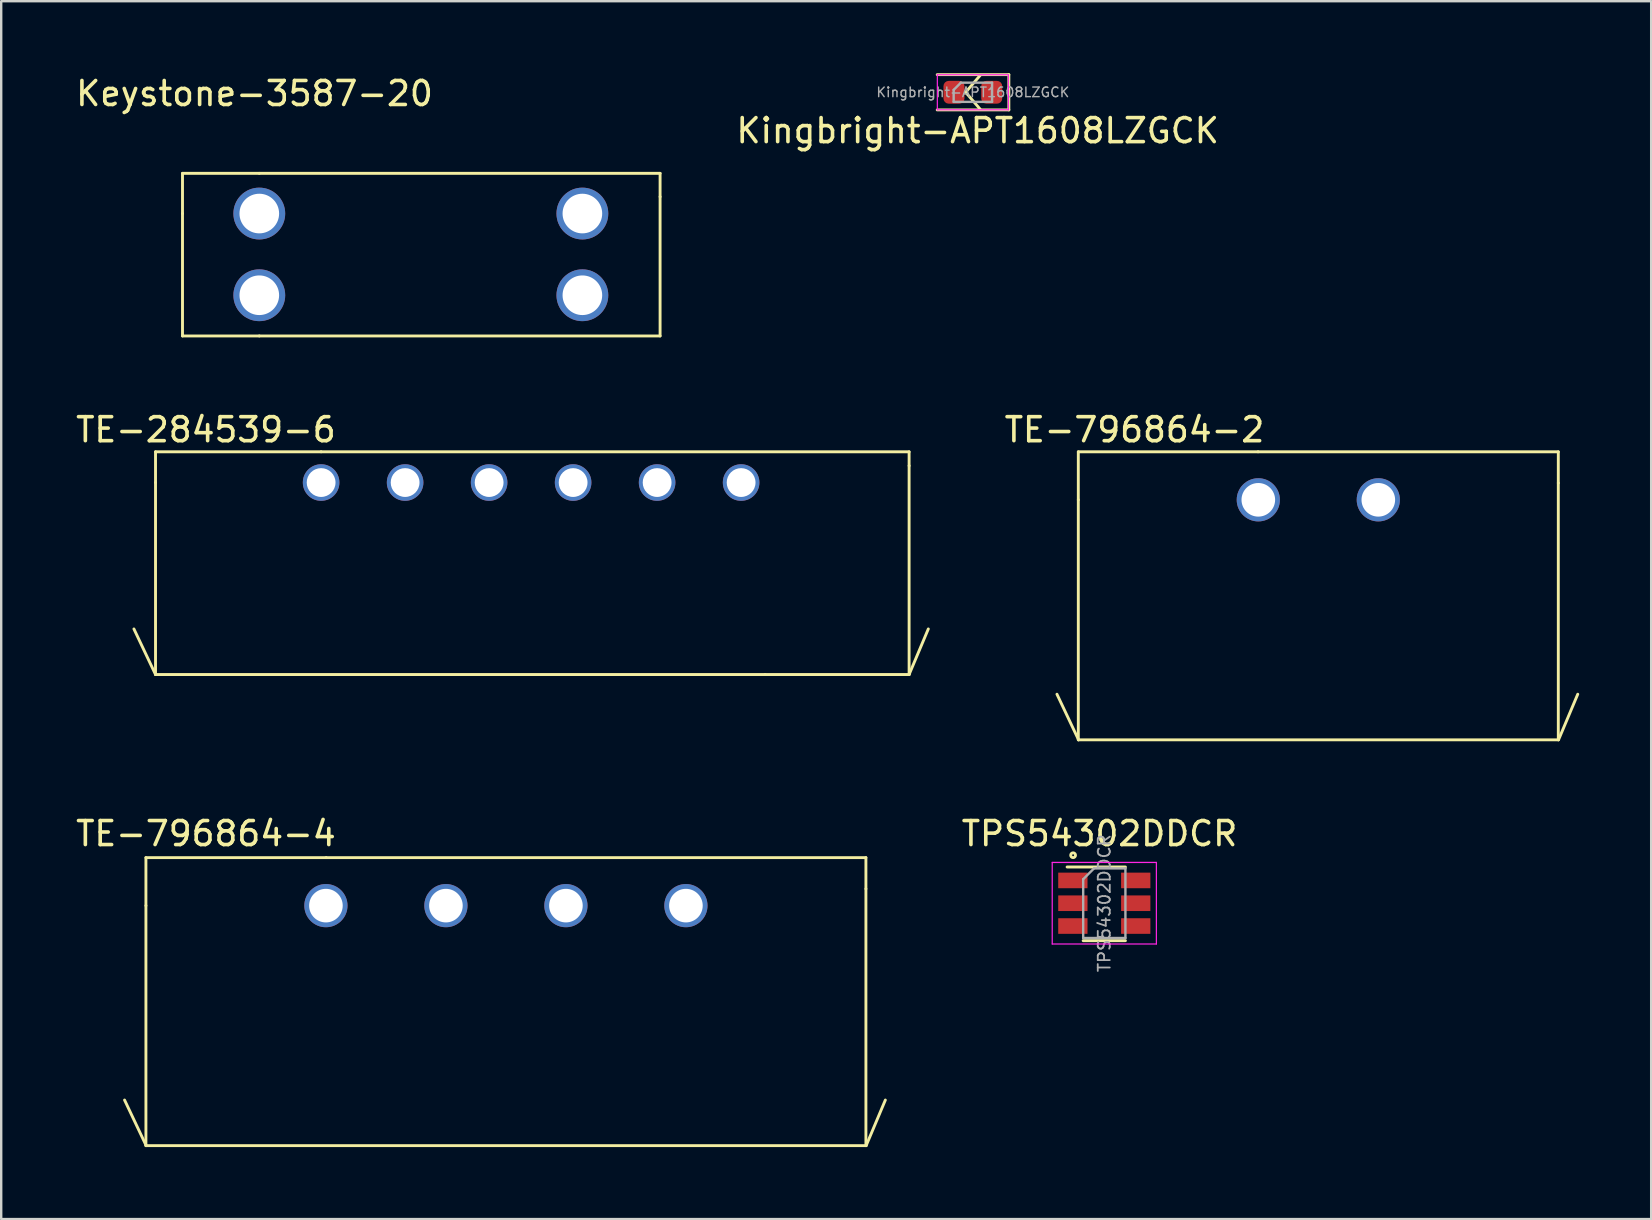
<source format=kicad_pcb>
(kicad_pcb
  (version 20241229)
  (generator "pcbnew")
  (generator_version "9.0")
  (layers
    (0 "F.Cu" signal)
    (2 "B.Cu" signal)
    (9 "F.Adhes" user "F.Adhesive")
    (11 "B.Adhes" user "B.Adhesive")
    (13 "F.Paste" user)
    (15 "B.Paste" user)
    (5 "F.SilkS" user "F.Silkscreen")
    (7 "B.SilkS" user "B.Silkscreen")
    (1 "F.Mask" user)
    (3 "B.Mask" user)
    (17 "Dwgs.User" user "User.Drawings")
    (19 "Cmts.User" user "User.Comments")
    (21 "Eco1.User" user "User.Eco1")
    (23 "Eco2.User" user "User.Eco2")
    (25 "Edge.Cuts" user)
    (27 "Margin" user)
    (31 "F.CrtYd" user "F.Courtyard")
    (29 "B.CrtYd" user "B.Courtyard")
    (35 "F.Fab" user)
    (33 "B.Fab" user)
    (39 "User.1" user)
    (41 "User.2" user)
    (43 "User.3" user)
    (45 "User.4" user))
  (footprint "TE-796864-4"
    (layer "F.Cu")
    (at 10.53 34.685)
    (property "Reference" "TE-796864-4" (at -5 -3 0) (layer "F.SilkS") (effects (font (size 1 1) (thickness 0.15))))
    (attr through_hole)
    (fp_line (start -7.5 -2) (end -7.5 0) (stroke (width 0.12) (type solid)) (layer "F.SilkS"))
    (fp_line (start -7.5 0) (end -7.5 10) (stroke (width 0.12) (type solid)) (layer "F.SilkS"))
    (fp_line (start -7.5 10) (end 22.51 10) (stroke (width 0.12) (type solid)) (layer "F.SilkS"))
    (fp_line (start -7.49 10) (end -8.39 8.1) (stroke (width 0.12) (type solid)) (layer "F.SilkS"))
    (fp_line (start 0.01 -2.001) (end -7.5 -2.001) (stroke (width 0.12) (type solid)) (layer "F.SilkS"))
    (fp_line (start 0.01 -2.001) (end 22.5 -2) (stroke (width 0.12) (type solid)) (layer "F.SilkS"))
    (fp_line (start 22.5 -2) (end 22.5 -0.7) (stroke (width 0.12) (type solid)) (layer "F.SilkS"))
    (fp_line (start 22.5 10) (end 22.5 -0.7) (stroke (width 0.12) (type solid)) (layer "F.SilkS"))
    (fp_line (start 22.51 10) (end 23.31 8.1) (stroke (width 0.12) (type solid)) (layer "F.SilkS"))
    (pad "1" thru_hole circle (at 0 0) (size 1.8 1.8) (drill 1.4) (layers "*.Cu" "*.Mask"))
    (pad "2" thru_hole circle (at 5 0) (size 1.8 1.8) (drill 1.4) (layers "*.Cu" "*.Mask"))
    (pad "3" thru_hole circle (at 10 0) (size 1.8 1.8) (drill 1.4) (layers "*.Cu" "*.Mask"))
    (pad "4" thru_hole circle (at 15 0) (size 1.8 1.8) (drill 1.4) (layers "*.Cu" "*.Mask")))
  (footprint "TE-284539-6"
    (layer "F.Cu")
    (at 10.33 17.056)
    (property "Reference" "TE-284539-6" (at -4.8 -2.2 0) (layer "F.SilkS") (effects (font (size 1 1) (thickness 0.15))))
    (attr through_hole)
    (fp_line (start -6.9 -1.281) (end -6.9 0) (stroke (width 0.12) (type solid)) (layer "F.SilkS"))
    (fp_line (start -6.9 0) (end -6.9 8) (stroke (width 0.12) (type solid)) (layer "F.SilkS"))
    (fp_line (start -6.9 8) (end -7.8 6.1) (stroke (width 0.12) (type solid)) (layer "F.SilkS"))
    (fp_line (start -6.9 8) (end 18.5 8) (stroke (width 0.12) (type solid)) (layer "F.SilkS"))
    (fp_line (start 0 -1.281) (end -6.9 -1.281) (stroke (width 0.12) (type solid)) (layer "F.SilkS"))
    (fp_line (start 0 -1.281) (end 24.5 -1.281) (stroke (width 0.12) (type solid)) (layer "F.SilkS"))
    (fp_line (start 18.5 8) (end 24.5 8) (stroke (width 0.12) (type solid)) (layer "F.SilkS"))
    (fp_line (start 24.5 -1.281) (end 24.5 -0.7) (stroke (width 0.12) (type solid)) (layer "F.SilkS"))
    (fp_line (start 24.5 8) (end 24.5 -0.7) (stroke (width 0.12) (type solid)) (layer "F.SilkS"))
    (fp_line (start 24.5 8) (end 25.3 6.1) (stroke (width 0.12) (type solid)) (layer "F.SilkS"))
    (pad "1" thru_hole circle (at 0 0) (size 1.524 1.524) (drill 1.2) (layers "*.Cu" "*.Mask"))
    (pad "2" thru_hole circle (at 3.5 0) (size 1.524 1.524) (drill 1.2) (layers "*.Cu" "*.Mask"))
    (pad "3" thru_hole circle (at 7 0) (size 1.524 1.524) (drill 1.2) (layers "*.Cu" "*.Mask"))
    (pad "4" thru_hole circle (at 10.5 0) (size 1.524 1.524) (drill 1.2) (layers "*.Cu" "*.Mask"))
    (pad "5" thru_hole circle (at 14 0) (size 1.524 1.524) (drill 1.2) (layers "*.Cu" "*.Mask"))
    (pad "6" thru_hole circle (at 17.5 0) (size 1.524 1.524) (drill 1.2) (layers "*.Cu" "*.Mask")))
  (footprint "Keystone-3587-20"
    (layer "F.Cu")
    (at 7.754 5.848)
    (property "Reference" "Keystone-3587-20" (at -0.2 -5 0) (layer "F.SilkS") (effects (font (size 1 1) (thickness 0.15))))
    (attr through_hole)
    (fp_line (start -3.2 -1.676) (end -3.2 0) (stroke (width 0.12) (type solid)) (layer "F.SilkS"))
    (fp_line (start -3.2 0) (end -3.2 5.1) (stroke (width 0.12) (type solid)) (layer "F.SilkS"))
    (fp_line (start -3.2 5.1) (end 0 5.1) (stroke (width 0.12) (type solid)) (layer "F.SilkS"))
    (fp_line (start 0 -1.676) (end -3.2 -1.676) (stroke (width 0.12) (type solid)) (layer "F.SilkS"))
    (fp_line (start 0 -1.676) (end 16.7 -1.676) (stroke (width 0.12) (type solid)) (layer "F.SilkS"))
    (fp_line (start 0 5.1) (end 16.7 5.1) (stroke (width 0.12) (type solid)) (layer "F.SilkS"))
    (fp_line (start 16.7 -1.676) (end 16.7 -0.7) (stroke (width 0.12) (type solid)) (layer "F.SilkS"))
    (fp_line (start 16.7 5.1) (end 16.7 -0.7) (stroke (width 0.12) (type solid)) (layer "F.SilkS"))
    (pad "1" thru_hole circle (at 0 0) (size 2.159 2.159) (drill 1.651) (layers "*.Cu" "*.Mask"))
    (pad "1" thru_hole circle (at 0 3.404) (size 2.159 2.159) (drill 1.651) (layers "*.Cu" "*.Mask"))
    (pad "2" thru_hole circle (at 13.462 0) (size 2.159 2.159) (drill 1.651) (layers "*.Cu" "*.Mask"))
    (pad "2" thru_hole circle (at 13.462 3.404) (size 2.159 2.159) (drill 1.651) (layers "*.Cu" "*.Mask")))
  (footprint "Kingbright-APT1608LZGCK"
    (layer "F.Cu")
    (at 37.486 0.795)
    (property "Reference" "Kingbright-APT1608LZGCK" (at 0.2 1.6 0) (layer "F.SilkS") (effects (font (size 1 1) (thickness 0.15))))
    (attr through_hole)
    (fp_line (start -1.485 0.735) (end 1.5 0.735) (stroke (width 0.12) (type solid)) (layer "F.SilkS"))
    (fp_line (start -0.3 0) (end 0.3 0.7) (stroke (width 0.12) (type solid)) (layer "F.SilkS"))
    (fp_line (start 0.3 -0.7) (end -0.3 0) (stroke (width 0.12) (type solid)) (layer "F.SilkS"))
    (fp_line (start 1.5 -0.735) (end -1.485 -0.735) (stroke (width 0.12) (type solid)) (layer "F.SilkS"))
    (fp_line (start 1.5 -0.735) (end 1.5 0.735) (stroke (width 0.12) (type solid)) (layer "F.SilkS"))
    (fp_line (start -1.48 -0.73) (end 1.48 -0.73) (stroke (width 0.05) (type solid)) (layer "F.CrtYd"))
    (fp_line (start -1.48 0.73) (end -1.48 -0.73) (stroke (width 0.05) (type solid)) (layer "F.CrtYd"))
    (fp_line (start 1.48 -0.73) (end 1.48 0.73) (stroke (width 0.05) (type solid)) (layer "F.CrtYd"))
    (fp_line (start 1.48 0.73) (end -1.48 0.73) (stroke (width 0.05) (type solid)) (layer "F.CrtYd"))
    (fp_line (start -0.8 -0.1) (end -0.8 0.4) (stroke (width 0.1) (type solid)) (layer "F.Fab"))
    (fp_line (start -0.8 0.4) (end 0.8 0.4) (stroke (width 0.1) (type solid)) (layer "F.Fab"))
    (fp_line (start -0.5 -0.4) (end -0.8 -0.1) (stroke (width 0.1) (type solid)) (layer "F.Fab"))
    (fp_line (start 0.8 -0.4) (end -0.5 -0.4) (stroke (width 0.1) (type solid)) (layer "F.Fab"))
    (fp_line (start 0.8 0.4) (end 0.8 -0.4) (stroke (width 0.1) (type solid)) (layer "F.Fab"))
    (fp_text user "${REFERENCE}" (at 0 0 0) (layer "F.Fab") (effects (font (size 0.4 0.4) (thickness 0.06))))
    (pad "1" smd roundrect (at -0.787 0) (size 0.875 0.95) (layers "F.Cu" "F.Mask" "F.Paste") (roundrect_rratio 0.25))
    (pad "2" smd roundrect (at 0.787 0) (size 0.875 0.95) (layers "F.Cu" "F.Mask" "F.Paste") (roundrect_rratio 0.25)))
  (footprint "TE-796864-2"
    (layer "F.Cu")
    (at 49.38 17.776)
    (property "Reference" "TE-796864-2" (at -5.16 -2.92 0) (layer "F.SilkS") (effects (font (size 1 1) (thickness 0.15))))
    (attr through_hole)
    (fp_line (start -7.5 -2) (end -7.5 0) (stroke (width 0.12) (type solid)) (layer "F.SilkS"))
    (fp_line (start -7.5 0) (end -7.5 10) (stroke (width 0.12) (type solid)) (layer "F.SilkS"))
    (fp_line (start -7.5 10) (end 12.5 10) (stroke (width 0.12) (type solid)) (layer "F.SilkS"))
    (fp_line (start -7.49 10) (end -8.39 8.1) (stroke (width 0.12) (type solid)) (layer "F.SilkS"))
    (fp_line (start -0.01 -2.001) (end -7.5 -2.001) (stroke (width 0.12) (type solid)) (layer "F.SilkS"))
    (fp_line (start -0.01 -2.001) (end 12.5 -2.001) (stroke (width 0.12) (type solid)) (layer "F.SilkS"))
    (fp_line (start 12.5 -2) (end 12.5 -0.7) (stroke (width 0.12) (type solid)) (layer "F.SilkS"))
    (fp_line (start 12.5 10) (end 12.5 -0.7) (stroke (width 0.12) (type solid)) (layer "F.SilkS"))
    (fp_line (start 12.51 10) (end 13.31 8.1) (stroke (width 0.12) (type solid)) (layer "F.SilkS"))
    (pad "1" thru_hole circle (at 0 0) (size 1.8 1.8) (drill 1.4) (layers "*.Cu" "*.Mask"))
    (pad "2" thru_hole circle (at 5 0) (size 1.8 1.8) (drill 1.4) (layers "*.Cu" "*.Mask")))
  (footprint "TPS54302DDCR"
    (layer "F.Cu")
    (at 42.963 33.885)
    (property "Reference" "TPS54302DDCR" (at -0.2 -2.2 0) (layer "F.SilkS") (effects (font (size 1 1) (thickness 0.15))))
    (attr through_hole)
    (fp_line (start -0.88 2.26) (end 0.88 2.26) (stroke (width 0.12) (type solid)) (layer "F.SilkS"))
    (fp_line (start 0.88 -0.81) (end -1.55 -0.81) (stroke (width 0.12) (type solid)) (layer "F.SilkS"))
    (fp_circle (center -1.3 -1.3) (end -1.2 -1.3) (stroke (width 0.12) (type solid)) (fill no) (layer "F.SilkS"))
    (fp_line (start -2.17 -1) (end -2.17 2.4) (stroke (width 0.05) (type solid)) (layer "F.CrtYd"))
    (fp_line (start -2.17 -1) (end 2.17 -1) (stroke (width 0.05) (type solid)) (layer "F.CrtYd"))
    (fp_line (start 2.17 2.4) (end -2.17 2.4) (stroke (width 0.05) (type solid)) (layer "F.CrtYd"))
    (fp_line (start 2.17 2.4) (end 2.17 -1) (stroke (width 0.05) (type solid)) (layer "F.CrtYd"))
    (fp_line (start -0.88 -0.3) (end -0.88 2.15) (stroke (width 0.1) (type solid)) (layer "F.Fab"))
    (fp_line (start -0.88 -0.3) (end -0.43 -0.75) (stroke (width 0.1) (type solid)) (layer "F.Fab"))
    (fp_line (start 0.88 -0.75) (end -0.43 -0.75) (stroke (width 0.1) (type solid)) (layer "F.Fab"))
    (fp_line (start 0.88 -0.75) (end 0.88 2.15) (stroke (width 0.1) (type solid)) (layer "F.Fab"))
    (fp_line (start 0.88 2.15) (end -0.88 2.15) (stroke (width 0.1) (type solid)) (layer "F.Fab"))
    (fp_text user "${REFERENCE}" (at 0 0.7 90) (layer "F.Fab") (effects (font (size 0.5 0.5) (thickness 0.075))))
    (pad "1" smd rect (at -1.31 -0.25) (size 1.22 0.65) (layers "F.Cu" "F.Mask" "F.Paste"))
    (pad "2" smd rect (at -1.31 0.7) (size 1.22 0.65) (layers "F.Cu" "F.Mask" "F.Paste"))
    (pad "3" smd rect (at -1.31 1.65) (size 1.22 0.65) (layers "F.Cu" "F.Mask" "F.Paste"))
    (pad "4" smd rect (at 1.31 1.65) (size 1.22 0.65) (layers "F.Cu" "F.Mask" "F.Paste"))
    (pad "5" smd rect (at 1.31 0.7) (size 1.22 0.65) (layers "F.Cu" "F.Mask" "F.Paste"))
    (pad "6" smd rect (at 1.31 -0.25) (size 1.22 0.65) (layers "F.Cu" "F.Mask" "F.Paste")))
  (gr_rect
    (start -3 -3)
    (end 65.75 47.745)
    (stroke (width 0.1) (type default))
    (fill no)
    (layer "Edge.Cuts")))
</source>
